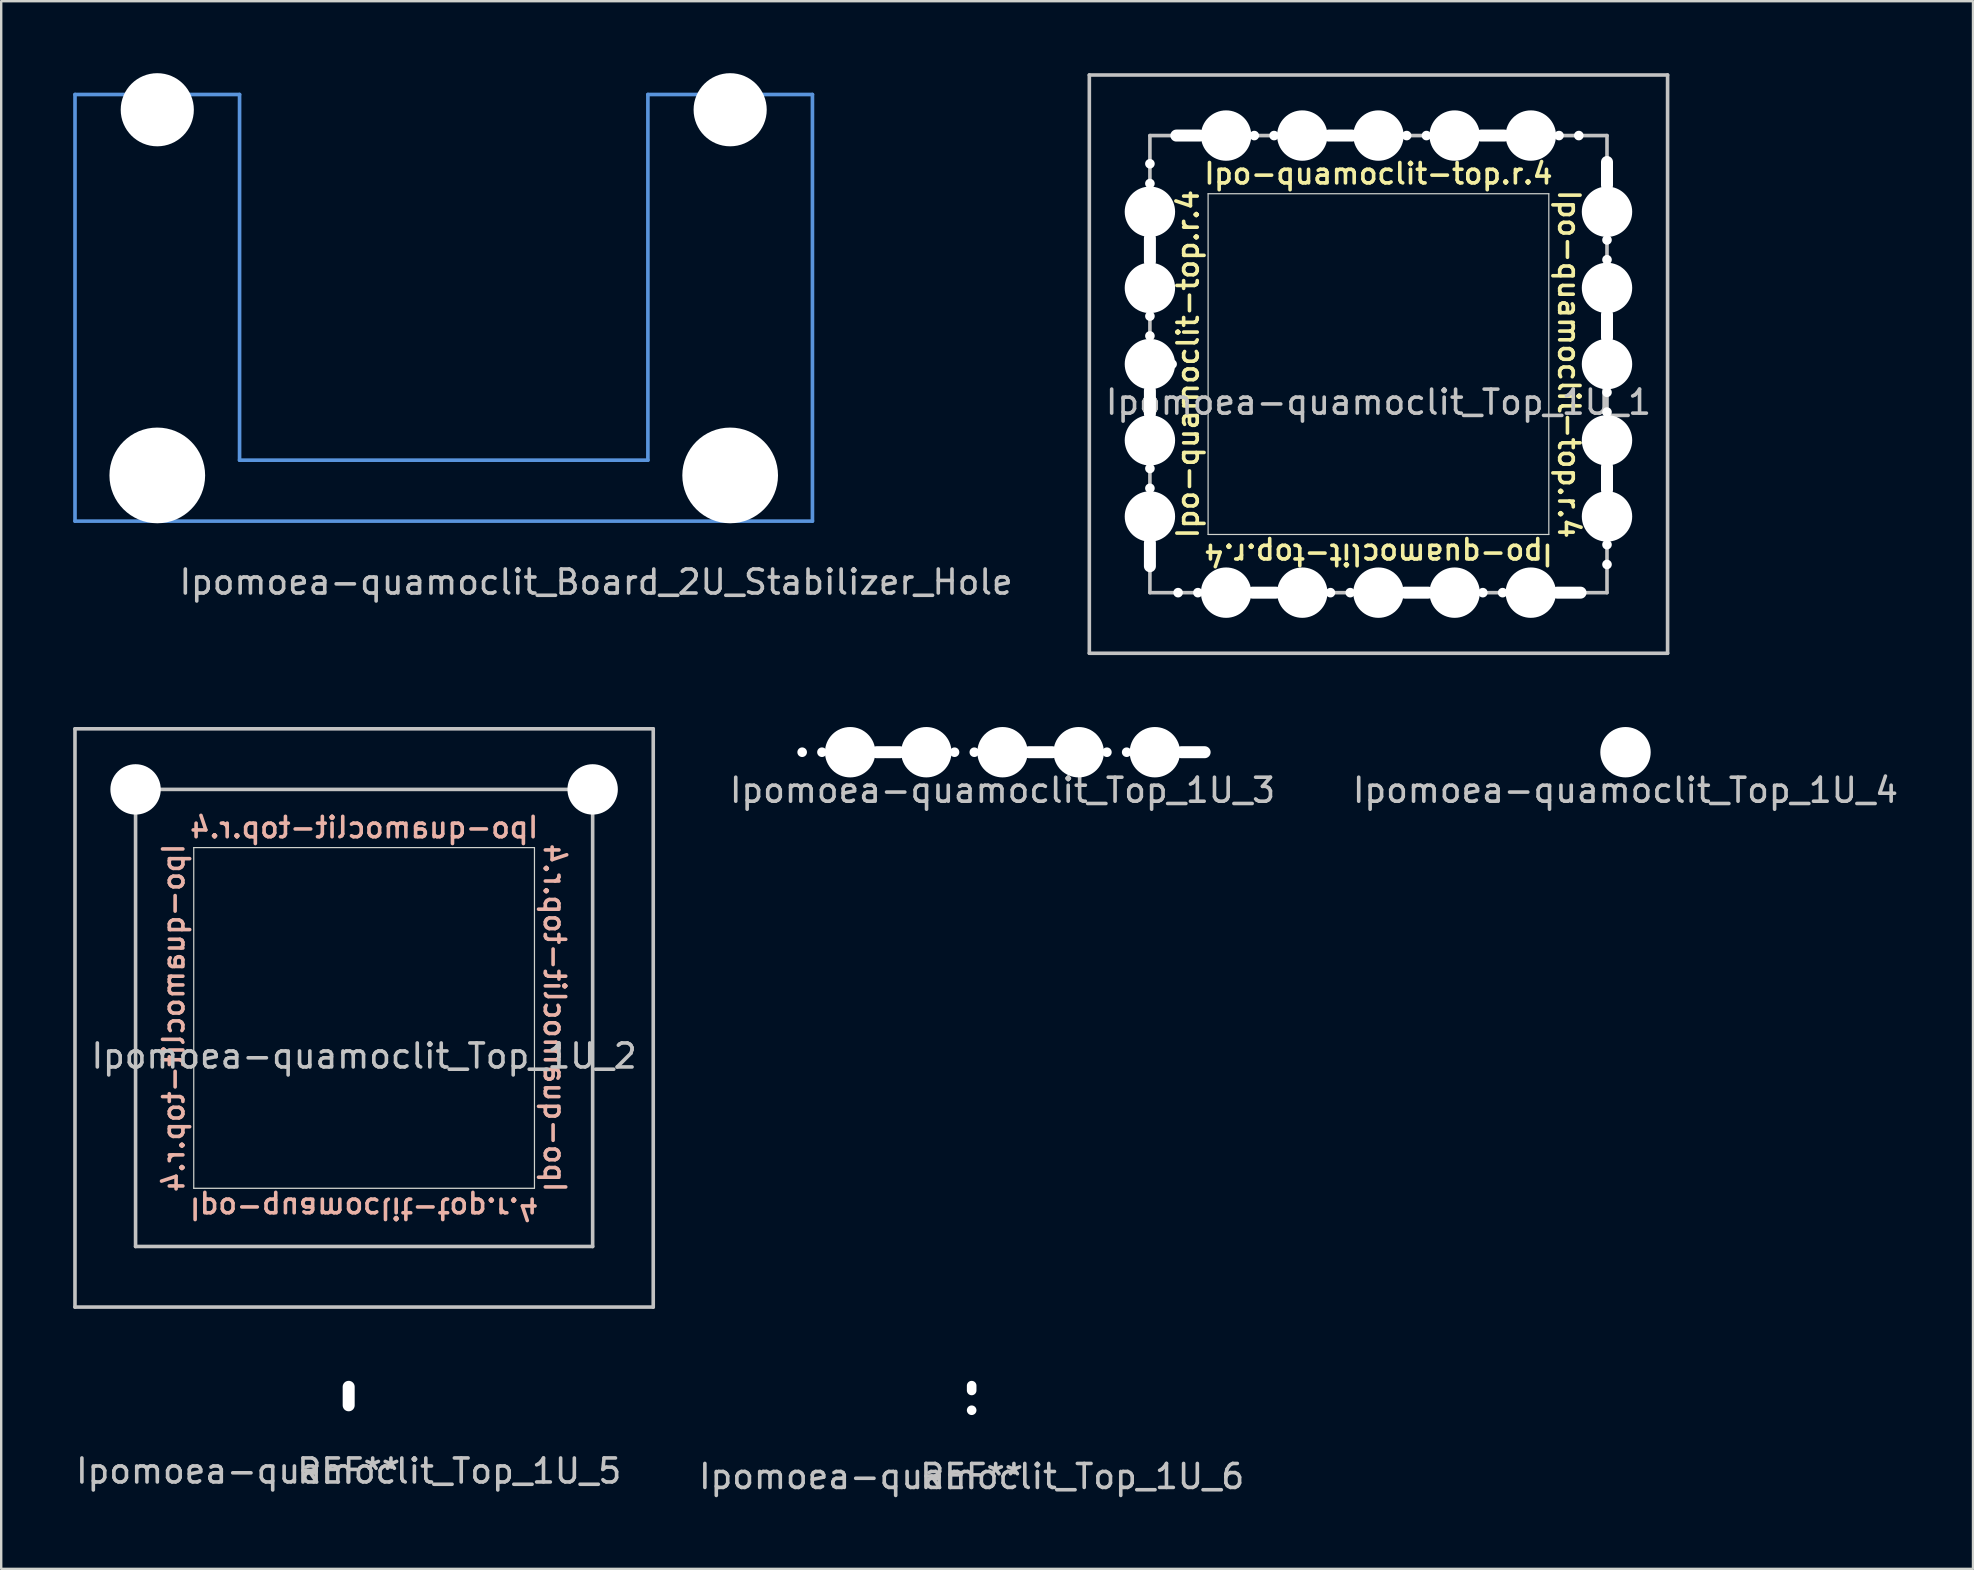
<source format=kicad_pcb>
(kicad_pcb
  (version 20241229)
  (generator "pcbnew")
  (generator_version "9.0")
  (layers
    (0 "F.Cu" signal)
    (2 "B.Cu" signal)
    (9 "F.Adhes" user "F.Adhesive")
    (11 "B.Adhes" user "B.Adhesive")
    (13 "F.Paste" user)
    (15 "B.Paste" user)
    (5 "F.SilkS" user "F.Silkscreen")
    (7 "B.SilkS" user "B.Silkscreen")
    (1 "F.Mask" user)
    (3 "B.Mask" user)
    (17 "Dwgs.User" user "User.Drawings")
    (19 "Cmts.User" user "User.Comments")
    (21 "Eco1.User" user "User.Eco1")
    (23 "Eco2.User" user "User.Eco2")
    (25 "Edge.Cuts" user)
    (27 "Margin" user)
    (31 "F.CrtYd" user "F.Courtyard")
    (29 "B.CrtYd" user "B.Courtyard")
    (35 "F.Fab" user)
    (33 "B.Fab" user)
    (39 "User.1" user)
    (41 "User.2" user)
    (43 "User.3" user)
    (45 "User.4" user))
  (footprint "Ipomoea-quamoclit_Top_1U_3"
    (layer "F.Cu")
    (at 38.732 28.3)
    (property "Reference" "Ipomoea-quamoclit_Top_1U_3" (at 0 1.587 0) (layer "Dwgs.User") (effects (font (size 1 1) (thickness 0.15))))
    (attr through_hole)
    (pad "" np_thru_hole circle (at -8.35 0 135) (size 0.4 0.4) (drill 0.4) (layers "*.Cu" "*.Mask"))
    (pad "" np_thru_hole circle (at -7.525 0 135) (size 0.4 0.4) (drill 0.4) (layers "*.Cu" "*.Mask"))
    (pad "" np_thru_hole circle (at -6.35 0 180) (size 2.1 2.1) (drill 2.1) (layers "*.Cu" "*.Mask"))
    (pad "" np_thru_hole oval (at -4.763 0) (size 1.47 0.5) (drill oval 1.47 0.5) (layers "*.Cu" "*.Mask"))
    (pad "" np_thru_hole circle (at -3.175 0 180) (size 2.1 2.1) (drill 2.1) (layers "*.Cu" "*.Mask"))
    (pad "" np_thru_hole circle (at -2 0 135) (size 0.4 0.4) (drill 0.4) (layers "*.Cu" "*.Mask"))
    (pad "" np_thru_hole circle (at -1.175 0 135) (size 0.4 0.4) (drill 0.4) (layers "*.Cu" "*.Mask"))
    (pad "" np_thru_hole circle (at 0 0 180) (size 2.1 2.1) (drill 2.1) (layers "*.Cu" "*.Mask"))
    (pad "" np_thru_hole oval (at 1.587 0) (size 1.47 0.5) (drill oval 1.47 0.5) (layers "*.Cu" "*.Mask"))
    (pad "" np_thru_hole circle (at 3.175 0 180) (size 2.1 2.1) (drill 2.1) (layers "*.Cu" "*.Mask"))
    (pad "" np_thru_hole circle (at 4.35 0 135) (size 0.4 0.4) (drill 0.4) (layers "*.Cu" "*.Mask"))
    (pad "" np_thru_hole circle (at 5.175 0 135) (size 0.4 0.4) (drill 0.4) (layers "*.Cu" "*.Mask"))
    (pad "" np_thru_hole circle (at 6.35 0 180) (size 2.1 2.1) (drill 2.1) (layers "*.Cu" "*.Mask"))
    (pad "" np_thru_hole oval (at 7.938 0) (size 1.47 0.5) (drill oval 1.47 0.5) (layers "*.Cu" "*.Mask")))
  (footprint "Ipomoea-quamoclit_Board_2U_Stabilizer_Hole"
    (layer "F.Cu")
    (at 15.443 8.509)
    (property "Reference" "Ipomoea-quamoclit_Board_2U_Stabilizer_Hole" (at 6.35 12.7 0) (layer "Dwgs.User") (effects (font (size 1 1) (thickness 0.15))))
    (attr through_hole)
    (fp_line (start -15.367 -7.62) (end -15.367 10.16) (stroke (width 0.152) (type solid)) (layer "Cmts.User"))
    (fp_line (start -15.367 10.16) (end 15.367 10.16) (stroke (width 0.152) (type solid)) (layer "Cmts.User"))
    (fp_line (start -8.509 -7.62) (end -15.367 -7.62) (stroke (width 0.152) (type solid)) (layer "Cmts.User"))
    (fp_line (start -8.509 7.62) (end -8.509 -7.62) (stroke (width 0.152) (type solid)) (layer "Cmts.User"))
    (fp_line (start 8.509 -7.62) (end 8.509 7.62) (stroke (width 0.152) (type solid)) (layer "Cmts.User"))
    (fp_line (start 8.509 7.62) (end -8.509 7.62) (stroke (width 0.152) (type solid)) (layer "Cmts.User"))
    (fp_line (start 15.367 -7.62) (end 8.509 -7.62) (stroke (width 0.152) (type solid)) (layer "Cmts.User"))
    (fp_line (start 15.367 10.16) (end 15.367 -7.62) (stroke (width 0.152) (type solid)) (layer "Cmts.User"))
    (pad "" np_thru_hole circle (at -11.938 -6.985) (size 3.048 3.048) (drill 3.048) (layers "*.Cu" "*.Mask"))
    (pad "" np_thru_hole circle (at -11.938 8.255) (size 3.988 3.988) (drill 3.988) (layers "*.Cu" "*.Mask"))
    (pad "" np_thru_hole circle (at 11.938 -6.985) (size 3.048 3.048) (drill 3.048) (layers "*.Cu" "*.Mask"))
    (pad "" np_thru_hole circle (at 11.938 8.255) (size 3.988 3.988) (drill 3.988) (layers "*.Cu" "*.Mask")))
  (footprint "Ipomoea-quamoclit_Top_1U_1"
    (layer "F.Cu")
    (at 54.4 12.125)
    (property "Reference" "Ipomoea-quamoclit_Top_1U_1" (at 0 1.587 0) (layer "Dwgs.User") (effects (font (size 1 1) (thickness 0.15))))
    (attr through_hole)
    (fp_line (start -12.05 -12.05) (end 12.05 -12.05) (stroke (width 0.15) (type solid)) (layer "Dwgs.User"))
    (fp_line (start -12.05 12.05) (end -12.05 -12.05) (stroke (width 0.15) (type solid)) (layer "Dwgs.User"))
    (fp_line (start -9.525 -9.525) (end -9.525 9.525) (stroke (width 0.15) (type solid)) (layer "Dwgs.User"))
    (fp_line (start -9.525 9.525) (end 9.525 9.525) (stroke (width 0.15) (type solid)) (layer "Dwgs.User"))
    (fp_line (start 9.525 -9.525) (end -9.525 -9.525) (stroke (width 0.15) (type solid)) (layer "Dwgs.User"))
    (fp_line (start 9.525 9.525) (end 9.525 -9.525) (stroke (width 0.15) (type solid)) (layer "Dwgs.User"))
    (fp_line (start 12.05 -12.05) (end 12.05 12.05) (stroke (width 0.15) (type solid)) (layer "Dwgs.User"))
    (fp_line (start 12.05 12.05) (end -12.05 12.05) (stroke (width 0.15) (type solid)) (layer "Dwgs.User"))
    (fp_line (start -7.1 -7.1) (end 7.1 -7.1) (stroke (width 0.05) (type solid)) (layer "Edge.Cuts"))
    (fp_line (start -7.1 7.1) (end -7.1 -7.1) (stroke (width 0.05) (type solid)) (layer "Edge.Cuts"))
    (fp_line (start 7.1 7.1) (end -7.1 7.1) (stroke (width 0.05) (type solid)) (layer "Edge.Cuts"))
    (fp_line (start 7.1 7.1) (end 7.1 -7.1) (stroke (width 0.05) (type solid)) (layer "Edge.Cuts"))
    (fp_text user "Ipo-quamoclit-top.r.4" (at -7.938 0 90) (unlocked yes) (layer "F.SilkS") (effects (font (size 0.85 0.85) (thickness 0.15))))
    (fp_text user "Ipo-quamoclit-top.r.4" (at 0 -7.938 0) (unlocked yes) (layer "F.SilkS") (effects (font (size 0.85 0.85) (thickness 0.15))))
    (fp_text user "Ipo-quamoclit-top.r.4" (at 7.938 0 270) (unlocked yes) (layer "F.SilkS") (effects (font (size 0.85 0.85) (thickness 0.15))))
    (fp_text user "Ipo-quamoclit-top.r.4" (at 0 7.938 180) (unlocked yes) (layer "F.SilkS") (effects (font (size 0.85 0.85) (thickness 0.15))))
    (pad "" np_thru_hole circle (at -9.525 -8.35 45) (size 0.4 0.4) (drill 0.4) (layers "*.Cu" "*.Mask"))
    (pad "" np_thru_hole circle (at -9.525 -7.525 45) (size 0.4 0.4) (drill 0.4) (layers "*.Cu" "*.Mask"))
    (pad "" np_thru_hole circle (at -9.525 -6.35 90) (size 2.1 2.1) (drill 2.1) (layers "*.Cu" "*.Mask"))
    (pad "" np_thru_hole oval (at -9.525 -4.763 270) (size 1.47 0.5) (drill oval 1.47 0.5) (layers "*.Cu" "*.Mask"))
    (pad "" np_thru_hole circle (at -9.525 -3.175 90) (size 2.1 2.1) (drill 2.1) (layers "*.Cu" "*.Mask"))
    (pad "" np_thru_hole circle (at -9.525 -2 45) (size 0.4 0.4) (drill 0.4) (layers "*.Cu" "*.Mask"))
    (pad "" np_thru_hole circle (at -9.525 -1.175 45) (size 0.4 0.4) (drill 0.4) (layers "*.Cu" "*.Mask"))
    (pad "" np_thru_hole circle (at -9.525 0 90) (size 2.1 2.1) (drill 2.1) (layers "*.Cu" "*.Mask"))
    (pad "" np_thru_hole oval (at -9.525 1.587 270) (size 1.47 0.5) (drill oval 1.47 0.5) (layers "*.Cu" "*.Mask"))
    (pad "" np_thru_hole circle (at -9.525 3.175 90) (size 2.1 2.1) (drill 2.1) (layers "*.Cu" "*.Mask"))
    (pad "" np_thru_hole circle (at -9.525 4.35 45) (size 0.4 0.4) (drill 0.4) (layers "*.Cu" "*.Mask"))
    (pad "" np_thru_hole circle (at -9.525 5.175 45) (size 0.4 0.4) (drill 0.4) (layers "*.Cu" "*.Mask"))
    (pad "" np_thru_hole circle (at -9.525 6.35 90) (size 2.1 2.1) (drill 2.1) (layers "*.Cu" "*.Mask"))
    (pad "" np_thru_hole oval (at -9.525 7.938 270) (size 1.47 0.5) (drill oval 1.47 0.5) (layers "*.Cu" "*.Mask"))
    (pad "" np_thru_hole circle (at -8.6 0 135) (size 0.4 0.4) (drill 0.4) (layers "*.Cu" "*.Mask"))
    (pad "" np_thru_hole circle (at -8.35 9.525 135) (size 0.4 0.4) (drill 0.4) (layers "*.Cu" "*.Mask"))
    (pad "" np_thru_hole oval (at -7.938 -9.525 180) (size 1.47 0.5) (drill oval 1.47 0.5) (layers "*.Cu" "*.Mask"))
    (pad "" np_thru_hole circle (at -7.525 9.525 135) (size 0.4 0.4) (drill 0.4) (layers "*.Cu" "*.Mask"))
    (pad "" np_thru_hole circle (at -6.35 -9.525) (size 2.1 2.1) (drill 2.1) (layers "*.Cu" "*.Mask"))
    (pad "" np_thru_hole circle (at -6.35 9.525 180) (size 2.1 2.1) (drill 2.1) (layers "*.Cu" "*.Mask"))
    (pad "" np_thru_hole circle (at -5.175 -9.525 315) (size 0.4 0.4) (drill 0.4) (layers "*.Cu" "*.Mask"))
    (pad "" np_thru_hole oval (at -4.763 9.525) (size 1.47 0.5) (drill oval 1.47 0.5) (layers "*.Cu" "*.Mask"))
    (pad "" np_thru_hole circle (at -4.35 -9.525 315) (size 0.4 0.4) (drill 0.4) (layers "*.Cu" "*.Mask"))
    (pad "" np_thru_hole circle (at -3.175 -9.525) (size 2.1 2.1) (drill 2.1) (layers "*.Cu" "*.Mask"))
    (pad "" np_thru_hole circle (at -3.175 9.525 180) (size 2.1 2.1) (drill 2.1) (layers "*.Cu" "*.Mask"))
    (pad "" np_thru_hole circle (at -2 9.525 135) (size 0.4 0.4) (drill 0.4) (layers "*.Cu" "*.Mask"))
    (pad "" np_thru_hole oval (at -1.587 -9.525 180) (size 1.47 0.5) (drill oval 1.47 0.5) (layers "*.Cu" "*.Mask"))
    (pad "" np_thru_hole circle (at -1.175 9.525 135) (size 0.4 0.4) (drill 0.4) (layers "*.Cu" "*.Mask"))
    (pad "" np_thru_hole circle (at 0 -9.525) (size 2.1 2.1) (drill 2.1) (layers "*.Cu" "*.Mask"))
    (pad "" np_thru_hole circle (at 0 9.525 180) (size 2.1 2.1) (drill 2.1) (layers "*.Cu" "*.Mask"))
    (pad "" np_thru_hole circle (at 1.175 -9.525 315) (size 0.4 0.4) (drill 0.4) (layers "*.Cu" "*.Mask"))
    (pad "" np_thru_hole oval (at 1.587 9.525) (size 1.47 0.5) (drill oval 1.47 0.5) (layers "*.Cu" "*.Mask"))
    (pad "" np_thru_hole circle (at 2 -9.525 315) (size 0.4 0.4) (drill 0.4) (layers "*.Cu" "*.Mask"))
    (pad "" np_thru_hole circle (at 3.175 -9.525) (size 2.1 2.1) (drill 2.1) (layers "*.Cu" "*.Mask"))
    (pad "" np_thru_hole circle (at 3.175 9.525 180) (size 2.1 2.1) (drill 2.1) (layers "*.Cu" "*.Mask"))
    (pad "" np_thru_hole circle (at 4.35 9.525 135) (size 0.4 0.4) (drill 0.4) (layers "*.Cu" "*.Mask"))
    (pad "" np_thru_hole oval (at 4.763 -9.525 180) (size 1.47 0.5) (drill oval 1.47 0.5) (layers "*.Cu" "*.Mask"))
    (pad "" np_thru_hole circle (at 5.175 9.525 135) (size 0.4 0.4) (drill 0.4) (layers "*.Cu" "*.Mask"))
    (pad "" np_thru_hole circle (at 6.35 -9.525) (size 2.1 2.1) (drill 2.1) (layers "*.Cu" "*.Mask"))
    (pad "" np_thru_hole circle (at 6.35 9.525 180) (size 2.1 2.1) (drill 2.1) (layers "*.Cu" "*.Mask"))
    (pad "" np_thru_hole circle (at 7.525 -9.525 315) (size 0.4 0.4) (drill 0.4) (layers "*.Cu" "*.Mask"))
    (pad "" np_thru_hole oval (at 7.938 9.525) (size 1.47 0.5) (drill oval 1.47 0.5) (layers "*.Cu" "*.Mask"))
    (pad "" np_thru_hole circle (at 8.35 -9.525 315) (size 0.4 0.4) (drill 0.4) (layers "*.Cu" "*.Mask"))
    (pad "" np_thru_hole oval (at 9.525 -7.938 90) (size 1.47 0.5) (drill oval 1.47 0.5) (layers "*.Cu" "*.Mask"))
    (pad "" np_thru_hole circle (at 9.525 -6.35 270) (size 2.1 2.1) (drill 2.1) (layers "*.Cu" "*.Mask"))
    (pad "" np_thru_hole circle (at 9.525 -5.175 225) (size 0.4 0.4) (drill 0.4) (layers "*.Cu" "*.Mask"))
    (pad "" np_thru_hole circle (at 9.525 -4.35 225) (size 0.4 0.4) (drill 0.4) (layers "*.Cu" "*.Mask"))
    (pad "" np_thru_hole circle (at 9.525 -3.175 270) (size 2.1 2.1) (drill 2.1) (layers "*.Cu" "*.Mask"))
    (pad "" np_thru_hole oval (at 9.525 -1.587 90) (size 1.47 0.5) (drill oval 1.47 0.5) (layers "*.Cu" "*.Mask"))
    (pad "" np_thru_hole circle (at 9.525 0 270) (size 2.1 2.1) (drill 2.1) (layers "*.Cu" "*.Mask"))
    (pad "" np_thru_hole circle (at 9.525 1.175 225) (size 0.4 0.4) (drill 0.4) (layers "*.Cu" "*.Mask"))
    (pad "" np_thru_hole circle (at 9.525 2 225) (size 0.4 0.4) (drill 0.4) (layers "*.Cu" "*.Mask"))
    (pad "" np_thru_hole circle (at 9.525 3.175 270) (size 2.1 2.1) (drill 2.1) (layers "*.Cu" "*.Mask"))
    (pad "" np_thru_hole oval (at 9.525 4.763 90) (size 1.47 0.5) (drill oval 1.47 0.5) (layers "*.Cu" "*.Mask"))
    (pad "" np_thru_hole circle (at 9.525 6.35 270) (size 2.1 2.1) (drill 2.1) (layers "*.Cu" "*.Mask"))
    (pad "" np_thru_hole circle (at 9.525 7.525 225) (size 0.4 0.4) (drill 0.4) (layers "*.Cu" "*.Mask"))
    (pad "" np_thru_hole circle (at 9.525 8.35 225) (size 0.4 0.4) (drill 0.4) (layers "*.Cu" "*.Mask")))
  (footprint "Ipomoea-quamoclit_Top_1U_2"
    (layer "F.Cu")
    (at 12.125 39.375)
    (property "Reference" "Ipomoea-quamoclit_Top_1U_2" (at 0 1.587 0) (layer "Dwgs.User") (effects (font (size 1 1) (thickness 0.15))))
    (attr through_hole)
    (fp_line (start -12.05 -12.05) (end 12.05 -12.05) (stroke (width 0.15) (type solid)) (layer "Dwgs.User"))
    (fp_line (start -12.05 12.05) (end -12.05 -12.05) (stroke (width 0.15) (type solid)) (layer "Dwgs.User"))
    (fp_line (start -9.525 -9.525) (end -9.525 9.525) (stroke (width 0.15) (type solid)) (layer "Dwgs.User"))
    (fp_line (start -9.525 9.525) (end 9.525 9.525) (stroke (width 0.15) (type solid)) (layer "Dwgs.User"))
    (fp_line (start 9.525 -9.525) (end -9.525 -9.525) (stroke (width 0.15) (type solid)) (layer "Dwgs.User"))
    (fp_line (start 9.525 9.525) (end 9.525 -9.525) (stroke (width 0.15) (type solid)) (layer "Dwgs.User"))
    (fp_line (start 12.05 -12.05) (end 12.05 12.05) (stroke (width 0.15) (type solid)) (layer "Dwgs.User"))
    (fp_line (start 12.05 12.05) (end -12.05 12.05) (stroke (width 0.15) (type solid)) (layer "Dwgs.User"))
    (fp_line (start -7.1 -7.1) (end 7.1 -7.1) (stroke (width 0.05) (type solid)) (layer "Edge.Cuts"))
    (fp_line (start -7.1 7.1) (end -7.1 -7.1) (stroke (width 0.05) (type solid)) (layer "Edge.Cuts"))
    (fp_line (start 7.1 7.1) (end -7.1 7.1) (stroke (width 0.05) (type solid)) (layer "Edge.Cuts"))
    (fp_line (start 7.1 7.1) (end 7.1 -7.1) (stroke (width 0.05) (type solid)) (layer "Edge.Cuts"))
    (fp_text user "Ipo-quamoclit-top.r.4" (at 7.938 0 270) (unlocked yes) (layer "B.SilkS") (effects (font (size 0.85 0.85) (thickness 0.15)) (justify mirror)))
    (fp_text user "Ipo-quamoclit-top.r.4" (at 0 -7.938 0) (unlocked yes) (layer "B.SilkS") (effects (font (size 0.85 0.85) (thickness 0.15)) (justify mirror)))
    (fp_text user "Ipo-quamoclit-top.r.4" (at -7.938 0 90) (unlocked yes) (layer "B.SilkS") (effects (font (size 0.85 0.85) (thickness 0.15)) (justify mirror)))
    (fp_text user "Ipo-quamoclit-top.r.4" (at 0 7.938 180) (unlocked yes) (layer "B.SilkS") (effects (font (size 0.85 0.85) (thickness 0.15)) (justify mirror)))
    (pad "" np_thru_hole circle (at -9.525 -9.525 180) (size 2.1 2.1) (drill 2.1) (layers "*.Cu" "*.Mask"))
    (pad "" np_thru_hole circle (at 9.525 -9.525 180) (size 2.1 2.1) (drill 2.1) (layers "*.Cu" "*.Mask")))
  (footprint "Ipomoea-quamoclit_Top_1U_5"
    (layer "F.Cu")
    (at 11.482 56.672)
    (property "Reference" "Ipomoea-quamoclit_Top_1U_5" (at 0 1.587 0) (layer "Dwgs.User") (effects (font (size 1 1) (thickness 0.15))))
    (attr through_hole)
    (fp_text user "REF**" (at 0 1.587 0) (layer "Dwgs.User") (effects (font (size 1 1) (thickness 0.15))))
    (pad "" np_thru_hole oval (at 0 -1.538 90) (size 1.27 0.5) (drill oval 1.27 0.5) (layers "*.Cu" "*.Mask")))
  (footprint "Ipomoea-quamoclit_Top_1U_4"
    (layer "F.Cu")
    (at 64.696 28.3)
    (property "Reference" "Ipomoea-quamoclit_Top_1U_4" (at 0 1.587 0) (layer "Dwgs.User") (effects (font (size 1 1) (thickness 0.15))))
    (attr through_hole)
    (pad "" np_thru_hole circle (at 0 0 180) (size 2.1 2.1) (drill 2.1) (layers "*.Cu" "*.Mask")))
  (footprint "Ipomoea-quamoclit_Top_1U_6"
    (layer "F.Cu")
    (at 37.446 56.9)
    (property "Reference" "Ipomoea-quamoclit_Top_1U_6" (at 0 1.587 0) (layer "Dwgs.User") (effects (font (size 1 1) (thickness 0.15))))
    (attr through_hole)
    (fp_text user "REF**" (at 0 1.587 0) (layer "Dwgs.User") (effects (font (size 1 1) (thickness 0.15))))
    (pad "" np_thru_hole oval (at 0 -2.1) (size 0.4 0.6) (drill oval 0.4 0.6) (layers "*.Cu" "*.Mask"))
    (pad "" np_thru_hole circle (at 0 -1.175 45) (size 0.4 0.4) (drill 0.4) (layers "*.Cu" "*.Mask")))
  (gr_rect
    (start -3 -3)
    (end 79.179 62.336)
    (stroke (width 0.1) (type default))
    (fill no)
    (layer "Edge.Cuts")))
</source>
